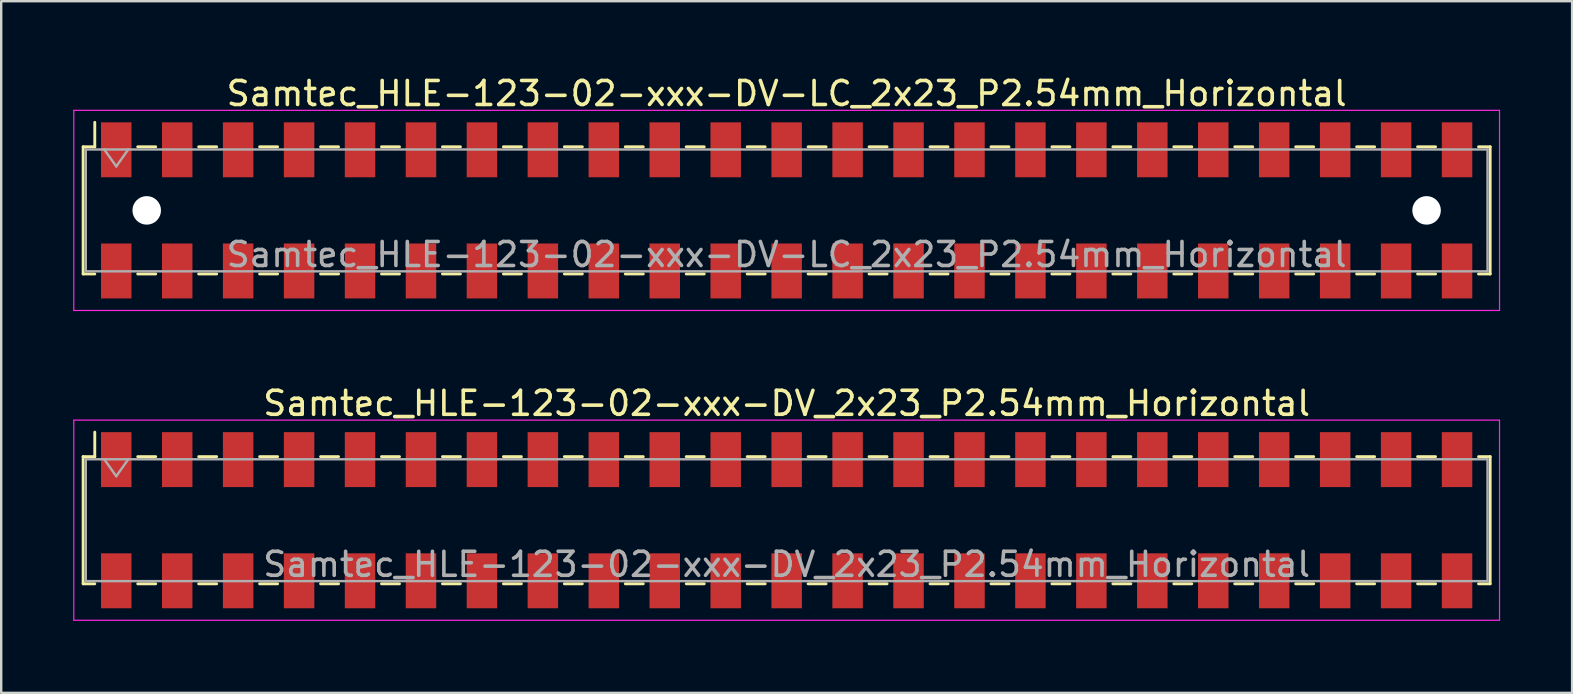
<source format=kicad_pcb>
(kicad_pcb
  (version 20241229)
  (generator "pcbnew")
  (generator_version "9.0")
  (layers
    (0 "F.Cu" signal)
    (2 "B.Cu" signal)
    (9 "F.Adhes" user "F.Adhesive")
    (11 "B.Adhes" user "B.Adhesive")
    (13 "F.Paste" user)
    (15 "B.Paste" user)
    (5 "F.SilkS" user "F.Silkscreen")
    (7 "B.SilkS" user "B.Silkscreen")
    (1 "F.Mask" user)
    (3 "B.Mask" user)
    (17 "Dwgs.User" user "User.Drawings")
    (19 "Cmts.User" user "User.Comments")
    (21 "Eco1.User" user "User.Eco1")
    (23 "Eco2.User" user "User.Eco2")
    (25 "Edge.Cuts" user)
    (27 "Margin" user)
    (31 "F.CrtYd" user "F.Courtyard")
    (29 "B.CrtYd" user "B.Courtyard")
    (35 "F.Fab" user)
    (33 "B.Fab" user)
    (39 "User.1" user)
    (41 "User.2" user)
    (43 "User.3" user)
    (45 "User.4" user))
  (footprint "Samtec_HLE-123-02-xxx-DV_2x23_P2.54mm_Horizontal"
    (layer "F.Cu")
    (at 29.735 18.631)
    (property "Reference" "Samtec_HLE-123-02-xxx-DV_2x23_P2.54mm_Horizontal" (at 0 -4.87 0) (layer "F.SilkS") (effects (font (size 1 1) (thickness 0.15))))
    (attr smd)
    (fp_line (start -29.32 -2.65) (end -29.32 2.65) (stroke (width 0.12) (type solid)) (layer "F.SilkS"))
    (fp_line (start -29.32 2.65) (end -28.835 2.65) (stroke (width 0.12) (type solid)) (layer "F.SilkS"))
    (fp_line (start -28.835 -3.67) (end -28.835 -2.65) (stroke (width 0.12) (type solid)) (layer "F.SilkS"))
    (fp_line (start -28.835 -2.65) (end -29.32 -2.65) (stroke (width 0.12) (type solid)) (layer "F.SilkS"))
    (fp_line (start -27.045 -2.65) (end -26.295 -2.65) (stroke (width 0.12) (type solid)) (layer "F.SilkS"))
    (fp_line (start -27.045 2.65) (end -26.295 2.65) (stroke (width 0.12) (type solid)) (layer "F.SilkS"))
    (fp_line (start -24.505 -2.65) (end -23.755 -2.65) (stroke (width 0.12) (type solid)) (layer "F.SilkS"))
    (fp_line (start -24.505 2.65) (end -23.755 2.65) (stroke (width 0.12) (type solid)) (layer "F.SilkS"))
    (fp_line (start -21.965 -2.65) (end -21.215 -2.65) (stroke (width 0.12) (type solid)) (layer "F.SilkS"))
    (fp_line (start -21.965 2.65) (end -21.215 2.65) (stroke (width 0.12) (type solid)) (layer "F.SilkS"))
    (fp_line (start -19.425 -2.65) (end -18.675 -2.65) (stroke (width 0.12) (type solid)) (layer "F.SilkS"))
    (fp_line (start -19.425 2.65) (end -18.675 2.65) (stroke (width 0.12) (type solid)) (layer "F.SilkS"))
    (fp_line (start -16.885 -2.65) (end -16.135 -2.65) (stroke (width 0.12) (type solid)) (layer "F.SilkS"))
    (fp_line (start -16.885 2.65) (end -16.135 2.65) (stroke (width 0.12) (type solid)) (layer "F.SilkS"))
    (fp_line (start -14.345 -2.65) (end -13.595 -2.65) (stroke (width 0.12) (type solid)) (layer "F.SilkS"))
    (fp_line (start -14.345 2.65) (end -13.595 2.65) (stroke (width 0.12) (type solid)) (layer "F.SilkS"))
    (fp_line (start -11.805 -2.65) (end -11.055 -2.65) (stroke (width 0.12) (type solid)) (layer "F.SilkS"))
    (fp_line (start -11.805 2.65) (end -11.055 2.65) (stroke (width 0.12) (type solid)) (layer "F.SilkS"))
    (fp_line (start -9.265 -2.65) (end -8.515 -2.65) (stroke (width 0.12) (type solid)) (layer "F.SilkS"))
    (fp_line (start -9.265 2.65) (end -8.515 2.65) (stroke (width 0.12) (type solid)) (layer "F.SilkS"))
    (fp_line (start -6.725 -2.65) (end -5.975 -2.65) (stroke (width 0.12) (type solid)) (layer "F.SilkS"))
    (fp_line (start -6.725 2.65) (end -5.975 2.65) (stroke (width 0.12) (type solid)) (layer "F.SilkS"))
    (fp_line (start -4.185 -2.65) (end -3.435 -2.65) (stroke (width 0.12) (type solid)) (layer "F.SilkS"))
    (fp_line (start -4.185 2.65) (end -3.435 2.65) (stroke (width 0.12) (type solid)) (layer "F.SilkS"))
    (fp_line (start -1.645 -2.65) (end -0.895 -2.65) (stroke (width 0.12) (type solid)) (layer "F.SilkS"))
    (fp_line (start -1.645 2.65) (end -0.895 2.65) (stroke (width 0.12) (type solid)) (layer "F.SilkS"))
    (fp_line (start 0.895 -2.65) (end 1.645 -2.65) (stroke (width 0.12) (type solid)) (layer "F.SilkS"))
    (fp_line (start 0.895 2.65) (end 1.645 2.65) (stroke (width 0.12) (type solid)) (layer "F.SilkS"))
    (fp_line (start 3.435 -2.65) (end 4.185 -2.65) (stroke (width 0.12) (type solid)) (layer "F.SilkS"))
    (fp_line (start 3.435 2.65) (end 4.185 2.65) (stroke (width 0.12) (type solid)) (layer "F.SilkS"))
    (fp_line (start 5.975 -2.65) (end 6.725 -2.65) (stroke (width 0.12) (type solid)) (layer "F.SilkS"))
    (fp_line (start 5.975 2.65) (end 6.725 2.65) (stroke (width 0.12) (type solid)) (layer "F.SilkS"))
    (fp_line (start 8.515 -2.65) (end 9.265 -2.65) (stroke (width 0.12) (type solid)) (layer "F.SilkS"))
    (fp_line (start 8.515 2.65) (end 9.265 2.65) (stroke (width 0.12) (type solid)) (layer "F.SilkS"))
    (fp_line (start 11.055 -2.65) (end 11.805 -2.65) (stroke (width 0.12) (type solid)) (layer "F.SilkS"))
    (fp_line (start 11.055 2.65) (end 11.805 2.65) (stroke (width 0.12) (type solid)) (layer "F.SilkS"))
    (fp_line (start 13.595 -2.65) (end 14.345 -2.65) (stroke (width 0.12) (type solid)) (layer "F.SilkS"))
    (fp_line (start 13.595 2.65) (end 14.345 2.65) (stroke (width 0.12) (type solid)) (layer "F.SilkS"))
    (fp_line (start 16.135 -2.65) (end 16.885 -2.65) (stroke (width 0.12) (type solid)) (layer "F.SilkS"))
    (fp_line (start 16.135 2.65) (end 16.885 2.65) (stroke (width 0.12) (type solid)) (layer "F.SilkS"))
    (fp_line (start 18.675 -2.65) (end 19.425 -2.65) (stroke (width 0.12) (type solid)) (layer "F.SilkS"))
    (fp_line (start 18.675 2.65) (end 19.425 2.65) (stroke (width 0.12) (type solid)) (layer "F.SilkS"))
    (fp_line (start 21.215 -2.65) (end 21.965 -2.65) (stroke (width 0.12) (type solid)) (layer "F.SilkS"))
    (fp_line (start 21.215 2.65) (end 21.965 2.65) (stroke (width 0.12) (type solid)) (layer "F.SilkS"))
    (fp_line (start 23.755 -2.65) (end 24.505 -2.65) (stroke (width 0.12) (type solid)) (layer "F.SilkS"))
    (fp_line (start 23.755 2.65) (end 24.505 2.65) (stroke (width 0.12) (type solid)) (layer "F.SilkS"))
    (fp_line (start 26.295 -2.65) (end 27.045 -2.65) (stroke (width 0.12) (type solid)) (layer "F.SilkS"))
    (fp_line (start 26.295 2.65) (end 27.045 2.65) (stroke (width 0.12) (type solid)) (layer "F.SilkS"))
    (fp_line (start 28.835 -2.65) (end 29.32 -2.65) (stroke (width 0.12) (type solid)) (layer "F.SilkS"))
    (fp_line (start 29.32 -2.65) (end 29.32 2.65) (stroke (width 0.12) (type solid)) (layer "F.SilkS"))
    (fp_line (start 29.32 2.65) (end 28.835 2.65) (stroke (width 0.12) (type solid)) (layer "F.SilkS"))
    (fp_line (start -29.71 -4.17) (end 29.71 -4.17) (stroke (width 0.05) (type solid)) (layer "F.CrtYd"))
    (fp_line (start -29.71 4.17) (end -29.71 -4.17) (stroke (width 0.05) (type solid)) (layer "F.CrtYd"))
    (fp_line (start 29.71 -4.17) (end 29.71 4.17) (stroke (width 0.05) (type solid)) (layer "F.CrtYd"))
    (fp_line (start 29.71 4.17) (end -29.71 4.17) (stroke (width 0.05) (type solid)) (layer "F.CrtYd"))
    (fp_line (start -29.21 -2.54) (end 29.21 -2.54) (stroke (width 0.1) (type solid)) (layer "F.Fab"))
    (fp_line (start -29.21 2.54) (end -29.21 -2.54) (stroke (width 0.1) (type solid)) (layer "F.Fab"))
    (fp_line (start -28.44 -2.54) (end -27.94 -1.833) (stroke (width 0.1) (type solid)) (layer "F.Fab"))
    (fp_line (start -27.94 -1.833) (end -27.44 -2.54) (stroke (width 0.1) (type solid)) (layer "F.Fab"))
    (fp_line (start 29.21 -2.54) (end 29.21 2.54) (stroke (width 0.1) (type solid)) (layer "F.Fab"))
    (fp_line (start 29.21 2.54) (end -29.21 2.54) (stroke (width 0.1) (type solid)) (layer "F.Fab"))
    (fp_text user "${REFERENCE}" (at 0 1.84 0) (layer "F.Fab") (effects (font (size 1 1) (thickness 0.15))))
    (pad "1" smd rect (at -27.94 -2.525) (size 1.27 2.29) (layers "F.Cu" "F.Mask" "F.Paste"))
    (pad "2" smd rect (at -27.94 2.525) (size 1.27 2.29) (layers "F.Cu" "F.Mask" "F.Paste"))
    (pad "3" smd rect (at -25.4 -2.525) (size 1.27 2.29) (layers "F.Cu" "F.Mask" "F.Paste"))
    (pad "4" smd rect (at -25.4 2.525) (size 1.27 2.29) (layers "F.Cu" "F.Mask" "F.Paste"))
    (pad "5" smd rect (at -22.86 -2.525) (size 1.27 2.29) (layers "F.Cu" "F.Mask" "F.Paste"))
    (pad "6" smd rect (at -22.86 2.525) (size 1.27 2.29) (layers "F.Cu" "F.Mask" "F.Paste"))
    (pad "7" smd rect (at -20.32 -2.525) (size 1.27 2.29) (layers "F.Cu" "F.Mask" "F.Paste"))
    (pad "8" smd rect (at -20.32 2.525) (size 1.27 2.29) (layers "F.Cu" "F.Mask" "F.Paste"))
    (pad "9" smd rect (at -17.78 -2.525) (size 1.27 2.29) (layers "F.Cu" "F.Mask" "F.Paste"))
    (pad "10" smd rect (at -17.78 2.525) (size 1.27 2.29) (layers "F.Cu" "F.Mask" "F.Paste"))
    (pad "11" smd rect (at -15.24 -2.525) (size 1.27 2.29) (layers "F.Cu" "F.Mask" "F.Paste"))
    (pad "12" smd rect (at -15.24 2.525) (size 1.27 2.29) (layers "F.Cu" "F.Mask" "F.Paste"))
    (pad "13" smd rect (at -12.7 -2.525) (size 1.27 2.29) (layers "F.Cu" "F.Mask" "F.Paste"))
    (pad "14" smd rect (at -12.7 2.525) (size 1.27 2.29) (layers "F.Cu" "F.Mask" "F.Paste"))
    (pad "15" smd rect (at -10.16 -2.525) (size 1.27 2.29) (layers "F.Cu" "F.Mask" "F.Paste"))
    (pad "16" smd rect (at -10.16 2.525) (size 1.27 2.29) (layers "F.Cu" "F.Mask" "F.Paste"))
    (pad "17" smd rect (at -7.62 -2.525) (size 1.27 2.29) (layers "F.Cu" "F.Mask" "F.Paste"))
    (pad "18" smd rect (at -7.62 2.525) (size 1.27 2.29) (layers "F.Cu" "F.Mask" "F.Paste"))
    (pad "19" smd rect (at -5.08 -2.525) (size 1.27 2.29) (layers "F.Cu" "F.Mask" "F.Paste"))
    (pad "20" smd rect (at -5.08 2.525) (size 1.27 2.29) (layers "F.Cu" "F.Mask" "F.Paste"))
    (pad "21" smd rect (at -2.54 -2.525) (size 1.27 2.29) (layers "F.Cu" "F.Mask" "F.Paste"))
    (pad "22" smd rect (at -2.54 2.525) (size 1.27 2.29) (layers "F.Cu" "F.Mask" "F.Paste"))
    (pad "23" smd rect (at 0 -2.525) (size 1.27 2.29) (layers "F.Cu" "F.Mask" "F.Paste"))
    (pad "24" smd rect (at 0 2.525) (size 1.27 2.29) (layers "F.Cu" "F.Mask" "F.Paste"))
    (pad "25" smd rect (at 2.54 -2.525) (size 1.27 2.29) (layers "F.Cu" "F.Mask" "F.Paste"))
    (pad "26" smd rect (at 2.54 2.525) (size 1.27 2.29) (layers "F.Cu" "F.Mask" "F.Paste"))
    (pad "27" smd rect (at 5.08 -2.525) (size 1.27 2.29) (layers "F.Cu" "F.Mask" "F.Paste"))
    (pad "28" smd rect (at 5.08 2.525) (size 1.27 2.29) (layers "F.Cu" "F.Mask" "F.Paste"))
    (pad "29" smd rect (at 7.62 -2.525) (size 1.27 2.29) (layers "F.Cu" "F.Mask" "F.Paste"))
    (pad "30" smd rect (at 7.62 2.525) (size 1.27 2.29) (layers "F.Cu" "F.Mask" "F.Paste"))
    (pad "31" smd rect (at 10.16 -2.525) (size 1.27 2.29) (layers "F.Cu" "F.Mask" "F.Paste"))
    (pad "32" smd rect (at 10.16 2.525) (size 1.27 2.29) (layers "F.Cu" "F.Mask" "F.Paste"))
    (pad "33" smd rect (at 12.7 -2.525) (size 1.27 2.29) (layers "F.Cu" "F.Mask" "F.Paste"))
    (pad "34" smd rect (at 12.7 2.525) (size 1.27 2.29) (layers "F.Cu" "F.Mask" "F.Paste"))
    (pad "35" smd rect (at 15.24 -2.525) (size 1.27 2.29) (layers "F.Cu" "F.Mask" "F.Paste"))
    (pad "36" smd rect (at 15.24 2.525) (size 1.27 2.29) (layers "F.Cu" "F.Mask" "F.Paste"))
    (pad "37" smd rect (at 17.78 -2.525) (size 1.27 2.29) (layers "F.Cu" "F.Mask" "F.Paste"))
    (pad "38" smd rect (at 17.78 2.525) (size 1.27 2.29) (layers "F.Cu" "F.Mask" "F.Paste"))
    (pad "39" smd rect (at 20.32 -2.525) (size 1.27 2.29) (layers "F.Cu" "F.Mask" "F.Paste"))
    (pad "40" smd rect (at 20.32 2.525) (size 1.27 2.29) (layers "F.Cu" "F.Mask" "F.Paste"))
    (pad "41" smd rect (at 22.86 -2.525) (size 1.27 2.29) (layers "F.Cu" "F.Mask" "F.Paste"))
    (pad "42" smd rect (at 22.86 2.525) (size 1.27 2.29) (layers "F.Cu" "F.Mask" "F.Paste"))
    (pad "43" smd rect (at 25.4 -2.525) (size 1.27 2.29) (layers "F.Cu" "F.Mask" "F.Paste"))
    (pad "44" smd rect (at 25.4 2.525) (size 1.27 2.29) (layers "F.Cu" "F.Mask" "F.Paste"))
    (pad "45" smd rect (at 27.94 -2.525) (size 1.27 2.29) (layers "F.Cu" "F.Mask" "F.Paste"))
    (pad "46" smd rect (at 27.94 2.525) (size 1.27 2.29) (layers "F.Cu" "F.Mask" "F.Paste")))
  (footprint "Samtec_HLE-123-02-xxx-DV-LC_2x23_P2.54mm_Horizontal"
    (layer "F.Cu")
    (at 29.735 5.718)
    (property "Reference" "Samtec_HLE-123-02-xxx-DV-LC_2x23_P2.54mm_Horizontal" (at 0 -4.87 0) (layer "F.SilkS") (effects (font (size 1 1) (thickness 0.15))))
    (attr smd)
    (fp_line (start -29.32 -2.65) (end -29.32 2.65) (stroke (width 0.12) (type solid)) (layer "F.SilkS"))
    (fp_line (start -29.32 2.65) (end -28.835 2.65) (stroke (width 0.12) (type solid)) (layer "F.SilkS"))
    (fp_line (start -28.835 -3.67) (end -28.835 -2.65) (stroke (width 0.12) (type solid)) (layer "F.SilkS"))
    (fp_line (start -28.835 -2.65) (end -29.32 -2.65) (stroke (width 0.12) (type solid)) (layer "F.SilkS"))
    (fp_line (start -27.045 -2.65) (end -26.295 -2.65) (stroke (width 0.12) (type solid)) (layer "F.SilkS"))
    (fp_line (start -27.045 2.65) (end -26.295 2.65) (stroke (width 0.12) (type solid)) (layer "F.SilkS"))
    (fp_line (start -24.505 -2.65) (end -23.755 -2.65) (stroke (width 0.12) (type solid)) (layer "F.SilkS"))
    (fp_line (start -24.505 2.65) (end -23.755 2.65) (stroke (width 0.12) (type solid)) (layer "F.SilkS"))
    (fp_line (start -21.965 -2.65) (end -21.215 -2.65) (stroke (width 0.12) (type solid)) (layer "F.SilkS"))
    (fp_line (start -21.965 2.65) (end -21.215 2.65) (stroke (width 0.12) (type solid)) (layer "F.SilkS"))
    (fp_line (start -19.425 -2.65) (end -18.675 -2.65) (stroke (width 0.12) (type solid)) (layer "F.SilkS"))
    (fp_line (start -19.425 2.65) (end -18.675 2.65) (stroke (width 0.12) (type solid)) (layer "F.SilkS"))
    (fp_line (start -16.885 -2.65) (end -16.135 -2.65) (stroke (width 0.12) (type solid)) (layer "F.SilkS"))
    (fp_line (start -16.885 2.65) (end -16.135 2.65) (stroke (width 0.12) (type solid)) (layer "F.SilkS"))
    (fp_line (start -14.345 -2.65) (end -13.595 -2.65) (stroke (width 0.12) (type solid)) (layer "F.SilkS"))
    (fp_line (start -14.345 2.65) (end -13.595 2.65) (stroke (width 0.12) (type solid)) (layer "F.SilkS"))
    (fp_line (start -11.805 -2.65) (end -11.055 -2.65) (stroke (width 0.12) (type solid)) (layer "F.SilkS"))
    (fp_line (start -11.805 2.65) (end -11.055 2.65) (stroke (width 0.12) (type solid)) (layer "F.SilkS"))
    (fp_line (start -9.265 -2.65) (end -8.515 -2.65) (stroke (width 0.12) (type solid)) (layer "F.SilkS"))
    (fp_line (start -9.265 2.65) (end -8.515 2.65) (stroke (width 0.12) (type solid)) (layer "F.SilkS"))
    (fp_line (start -6.725 -2.65) (end -5.975 -2.65) (stroke (width 0.12) (type solid)) (layer "F.SilkS"))
    (fp_line (start -6.725 2.65) (end -5.975 2.65) (stroke (width 0.12) (type solid)) (layer "F.SilkS"))
    (fp_line (start -4.185 -2.65) (end -3.435 -2.65) (stroke (width 0.12) (type solid)) (layer "F.SilkS"))
    (fp_line (start -4.185 2.65) (end -3.435 2.65) (stroke (width 0.12) (type solid)) (layer "F.SilkS"))
    (fp_line (start -1.645 -2.65) (end -0.895 -2.65) (stroke (width 0.12) (type solid)) (layer "F.SilkS"))
    (fp_line (start -1.645 2.65) (end -0.895 2.65) (stroke (width 0.12) (type solid)) (layer "F.SilkS"))
    (fp_line (start 0.895 -2.65) (end 1.645 -2.65) (stroke (width 0.12) (type solid)) (layer "F.SilkS"))
    (fp_line (start 0.895 2.65) (end 1.645 2.65) (stroke (width 0.12) (type solid)) (layer "F.SilkS"))
    (fp_line (start 3.435 -2.65) (end 4.185 -2.65) (stroke (width 0.12) (type solid)) (layer "F.SilkS"))
    (fp_line (start 3.435 2.65) (end 4.185 2.65) (stroke (width 0.12) (type solid)) (layer "F.SilkS"))
    (fp_line (start 5.975 -2.65) (end 6.725 -2.65) (stroke (width 0.12) (type solid)) (layer "F.SilkS"))
    (fp_line (start 5.975 2.65) (end 6.725 2.65) (stroke (width 0.12) (type solid)) (layer "F.SilkS"))
    (fp_line (start 8.515 -2.65) (end 9.265 -2.65) (stroke (width 0.12) (type solid)) (layer "F.SilkS"))
    (fp_line (start 8.515 2.65) (end 9.265 2.65) (stroke (width 0.12) (type solid)) (layer "F.SilkS"))
    (fp_line (start 11.055 -2.65) (end 11.805 -2.65) (stroke (width 0.12) (type solid)) (layer "F.SilkS"))
    (fp_line (start 11.055 2.65) (end 11.805 2.65) (stroke (width 0.12) (type solid)) (layer "F.SilkS"))
    (fp_line (start 13.595 -2.65) (end 14.345 -2.65) (stroke (width 0.12) (type solid)) (layer "F.SilkS"))
    (fp_line (start 13.595 2.65) (end 14.345 2.65) (stroke (width 0.12) (type solid)) (layer "F.SilkS"))
    (fp_line (start 16.135 -2.65) (end 16.885 -2.65) (stroke (width 0.12) (type solid)) (layer "F.SilkS"))
    (fp_line (start 16.135 2.65) (end 16.885 2.65) (stroke (width 0.12) (type solid)) (layer "F.SilkS"))
    (fp_line (start 18.675 -2.65) (end 19.425 -2.65) (stroke (width 0.12) (type solid)) (layer "F.SilkS"))
    (fp_line (start 18.675 2.65) (end 19.425 2.65) (stroke (width 0.12) (type solid)) (layer "F.SilkS"))
    (fp_line (start 21.215 -2.65) (end 21.965 -2.65) (stroke (width 0.12) (type solid)) (layer "F.SilkS"))
    (fp_line (start 21.215 2.65) (end 21.965 2.65) (stroke (width 0.12) (type solid)) (layer "F.SilkS"))
    (fp_line (start 23.755 -2.65) (end 24.505 -2.65) (stroke (width 0.12) (type solid)) (layer "F.SilkS"))
    (fp_line (start 23.755 2.65) (end 24.505 2.65) (stroke (width 0.12) (type solid)) (layer "F.SilkS"))
    (fp_line (start 26.295 -2.65) (end 27.045 -2.65) (stroke (width 0.12) (type solid)) (layer "F.SilkS"))
    (fp_line (start 26.295 2.65) (end 27.045 2.65) (stroke (width 0.12) (type solid)) (layer "F.SilkS"))
    (fp_line (start 28.835 -2.65) (end 29.32 -2.65) (stroke (width 0.12) (type solid)) (layer "F.SilkS"))
    (fp_line (start 29.32 -2.65) (end 29.32 2.65) (stroke (width 0.12) (type solid)) (layer "F.SilkS"))
    (fp_line (start 29.32 2.65) (end 28.835 2.65) (stroke (width 0.12) (type solid)) (layer "F.SilkS"))
    (fp_line (start -29.71 -4.17) (end 29.71 -4.17) (stroke (width 0.05) (type solid)) (layer "F.CrtYd"))
    (fp_line (start -29.71 4.17) (end -29.71 -4.17) (stroke (width 0.05) (type solid)) (layer "F.CrtYd"))
    (fp_line (start 29.71 -4.17) (end 29.71 4.17) (stroke (width 0.05) (type solid)) (layer "F.CrtYd"))
    (fp_line (start 29.71 4.17) (end -29.71 4.17) (stroke (width 0.05) (type solid)) (layer "F.CrtYd"))
    (fp_line (start -29.21 -2.54) (end 29.21 -2.54) (stroke (width 0.1) (type solid)) (layer "F.Fab"))
    (fp_line (start -29.21 2.54) (end -29.21 -2.54) (stroke (width 0.1) (type solid)) (layer "F.Fab"))
    (fp_line (start -28.44 -2.54) (end -27.94 -1.833) (stroke (width 0.1) (type solid)) (layer "F.Fab"))
    (fp_line (start -27.94 -1.833) (end -27.44 -2.54) (stroke (width 0.1) (type solid)) (layer "F.Fab"))
    (fp_line (start 29.21 -2.54) (end 29.21 2.54) (stroke (width 0.1) (type solid)) (layer "F.Fab"))
    (fp_line (start 29.21 2.54) (end -29.21 2.54) (stroke (width 0.1) (type solid)) (layer "F.Fab"))
    (fp_text user "${REFERENCE}" (at 0 1.84 0) (layer "F.Fab") (effects (font (size 1 1) (thickness 0.15))))
    (pad "" np_thru_hole circle (at -26.67 0) (size 1.19 1.19) (drill 1.19) (layers "*.Cu" "*.Mask"))
    (pad "" np_thru_hole circle (at 26.67 0) (size 1.19 1.19) (drill 1.19) (layers "*.Cu" "*.Mask"))
    (pad "1" smd rect (at -27.94 -2.525) (size 1.27 2.29) (layers "F.Cu" "F.Mask" "F.Paste"))
    (pad "2" smd rect (at -27.94 2.525) (size 1.27 2.29) (layers "F.Cu" "F.Mask" "F.Paste"))
    (pad "3" smd rect (at -25.4 -2.525) (size 1.27 2.29) (layers "F.Cu" "F.Mask" "F.Paste"))
    (pad "4" smd rect (at -25.4 2.525) (size 1.27 2.29) (layers "F.Cu" "F.Mask" "F.Paste"))
    (pad "5" smd rect (at -22.86 -2.525) (size 1.27 2.29) (layers "F.Cu" "F.Mask" "F.Paste"))
    (pad "6" smd rect (at -22.86 2.525) (size 1.27 2.29) (layers "F.Cu" "F.Mask" "F.Paste"))
    (pad "7" smd rect (at -20.32 -2.525) (size 1.27 2.29) (layers "F.Cu" "F.Mask" "F.Paste"))
    (pad "8" smd rect (at -20.32 2.525) (size 1.27 2.29) (layers "F.Cu" "F.Mask" "F.Paste"))
    (pad "9" smd rect (at -17.78 -2.525) (size 1.27 2.29) (layers "F.Cu" "F.Mask" "F.Paste"))
    (pad "10" smd rect (at -17.78 2.525) (size 1.27 2.29) (layers "F.Cu" "F.Mask" "F.Paste"))
    (pad "11" smd rect (at -15.24 -2.525) (size 1.27 2.29) (layers "F.Cu" "F.Mask" "F.Paste"))
    (pad "12" smd rect (at -15.24 2.525) (size 1.27 2.29) (layers "F.Cu" "F.Mask" "F.Paste"))
    (pad "13" smd rect (at -12.7 -2.525) (size 1.27 2.29) (layers "F.Cu" "F.Mask" "F.Paste"))
    (pad "14" smd rect (at -12.7 2.525) (size 1.27 2.29) (layers "F.Cu" "F.Mask" "F.Paste"))
    (pad "15" smd rect (at -10.16 -2.525) (size 1.27 2.29) (layers "F.Cu" "F.Mask" "F.Paste"))
    (pad "16" smd rect (at -10.16 2.525) (size 1.27 2.29) (layers "F.Cu" "F.Mask" "F.Paste"))
    (pad "17" smd rect (at -7.62 -2.525) (size 1.27 2.29) (layers "F.Cu" "F.Mask" "F.Paste"))
    (pad "18" smd rect (at -7.62 2.525) (size 1.27 2.29) (layers "F.Cu" "F.Mask" "F.Paste"))
    (pad "19" smd rect (at -5.08 -2.525) (size 1.27 2.29) (layers "F.Cu" "F.Mask" "F.Paste"))
    (pad "20" smd rect (at -5.08 2.525) (size 1.27 2.29) (layers "F.Cu" "F.Mask" "F.Paste"))
    (pad "21" smd rect (at -2.54 -2.525) (size 1.27 2.29) (layers "F.Cu" "F.Mask" "F.Paste"))
    (pad "22" smd rect (at -2.54 2.525) (size 1.27 2.29) (layers "F.Cu" "F.Mask" "F.Paste"))
    (pad "23" smd rect (at 0 -2.525) (size 1.27 2.29) (layers "F.Cu" "F.Mask" "F.Paste"))
    (pad "24" smd rect (at 0 2.525) (size 1.27 2.29) (layers "F.Cu" "F.Mask" "F.Paste"))
    (pad "25" smd rect (at 2.54 -2.525) (size 1.27 2.29) (layers "F.Cu" "F.Mask" "F.Paste"))
    (pad "26" smd rect (at 2.54 2.525) (size 1.27 2.29) (layers "F.Cu" "F.Mask" "F.Paste"))
    (pad "27" smd rect (at 5.08 -2.525) (size 1.27 2.29) (layers "F.Cu" "F.Mask" "F.Paste"))
    (pad "28" smd rect (at 5.08 2.525) (size 1.27 2.29) (layers "F.Cu" "F.Mask" "F.Paste"))
    (pad "29" smd rect (at 7.62 -2.525) (size 1.27 2.29) (layers "F.Cu" "F.Mask" "F.Paste"))
    (pad "30" smd rect (at 7.62 2.525) (size 1.27 2.29) (layers "F.Cu" "F.Mask" "F.Paste"))
    (pad "31" smd rect (at 10.16 -2.525) (size 1.27 2.29) (layers "F.Cu" "F.Mask" "F.Paste"))
    (pad "32" smd rect (at 10.16 2.525) (size 1.27 2.29) (layers "F.Cu" "F.Mask" "F.Paste"))
    (pad "33" smd rect (at 12.7 -2.525) (size 1.27 2.29) (layers "F.Cu" "F.Mask" "F.Paste"))
    (pad "34" smd rect (at 12.7 2.525) (size 1.27 2.29) (layers "F.Cu" "F.Mask" "F.Paste"))
    (pad "35" smd rect (at 15.24 -2.525) (size 1.27 2.29) (layers "F.Cu" "F.Mask" "F.Paste"))
    (pad "36" smd rect (at 15.24 2.525) (size 1.27 2.29) (layers "F.Cu" "F.Mask" "F.Paste"))
    (pad "37" smd rect (at 17.78 -2.525) (size 1.27 2.29) (layers "F.Cu" "F.Mask" "F.Paste"))
    (pad "38" smd rect (at 17.78 2.525) (size 1.27 2.29) (layers "F.Cu" "F.Mask" "F.Paste"))
    (pad "39" smd rect (at 20.32 -2.525) (size 1.27 2.29) (layers "F.Cu" "F.Mask" "F.Paste"))
    (pad "40" smd rect (at 20.32 2.525) (size 1.27 2.29) (layers "F.Cu" "F.Mask" "F.Paste"))
    (pad "41" smd rect (at 22.86 -2.525) (size 1.27 2.29) (layers "F.Cu" "F.Mask" "F.Paste"))
    (pad "42" smd rect (at 22.86 2.525) (size 1.27 2.29) (layers "F.Cu" "F.Mask" "F.Paste"))
    (pad "43" smd rect (at 25.4 -2.525) (size 1.27 2.29) (layers "F.Cu" "F.Mask" "F.Paste"))
    (pad "44" smd rect (at 25.4 2.525) (size 1.27 2.29) (layers "F.Cu" "F.Mask" "F.Paste"))
    (pad "45" smd rect (at 27.94 -2.525) (size 1.27 2.29) (layers "F.Cu" "F.Mask" "F.Paste"))
    (pad "46" smd rect (at 27.94 2.525) (size 1.27 2.29) (layers "F.Cu" "F.Mask" "F.Paste")))
  (gr_rect
    (start -3 -3)
    (end 62.47 25.826)
    (stroke (width 0.1) (type default))
    (fill no)
    (layer "Edge.Cuts")))
</source>
